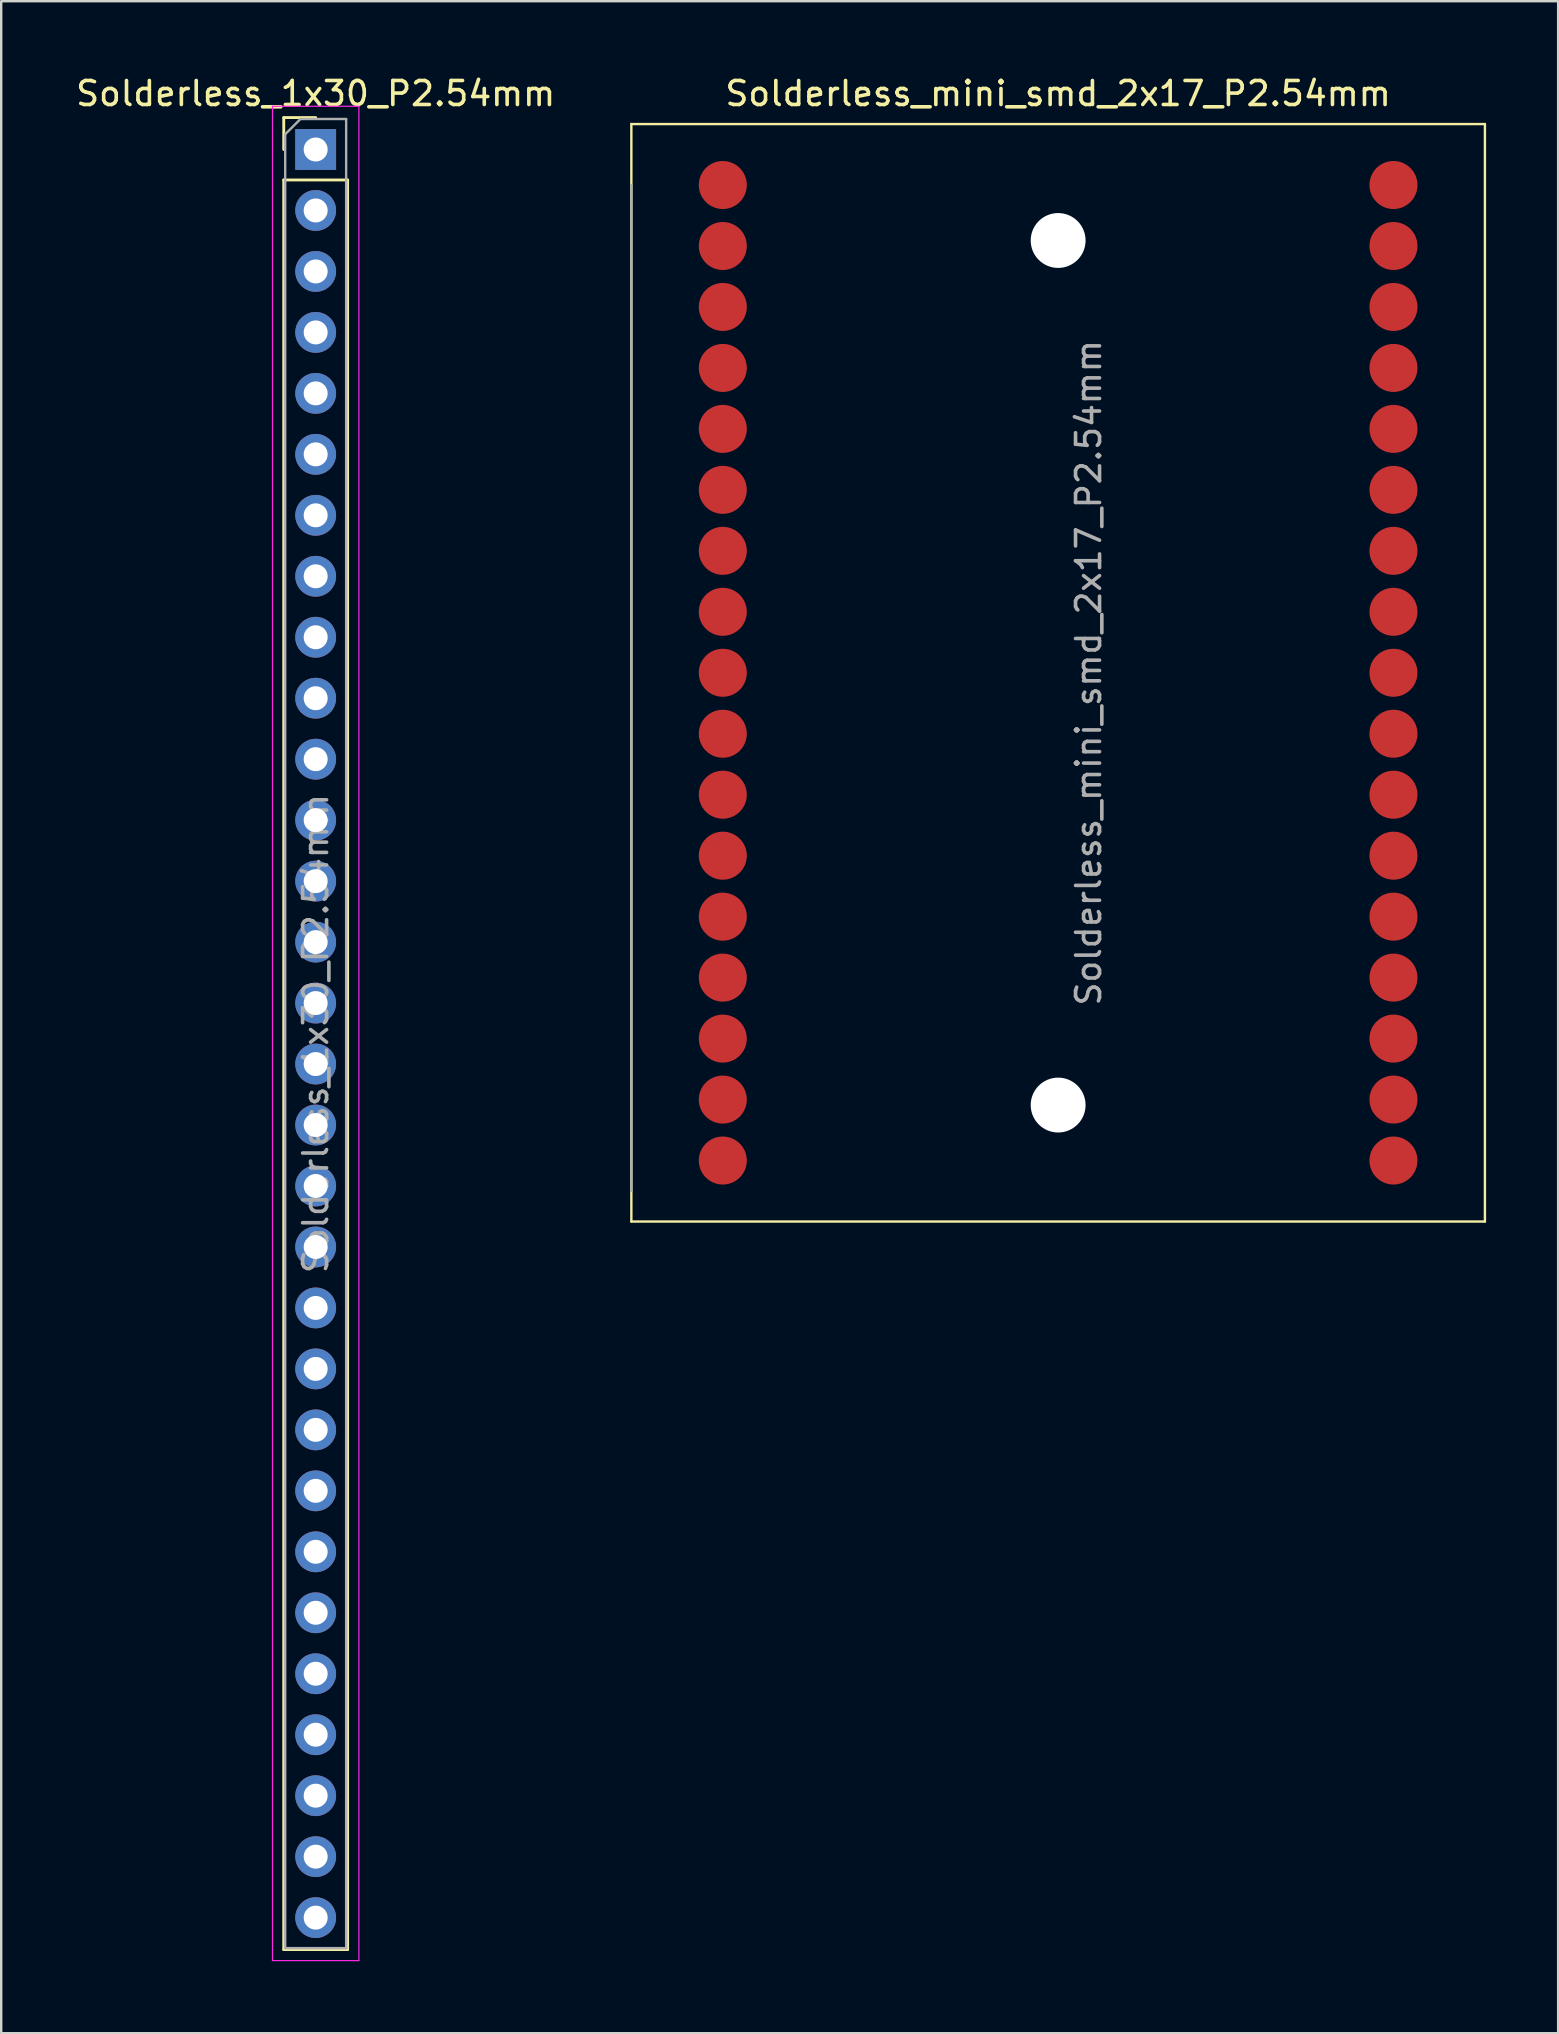
<source format=kicad_pcb>
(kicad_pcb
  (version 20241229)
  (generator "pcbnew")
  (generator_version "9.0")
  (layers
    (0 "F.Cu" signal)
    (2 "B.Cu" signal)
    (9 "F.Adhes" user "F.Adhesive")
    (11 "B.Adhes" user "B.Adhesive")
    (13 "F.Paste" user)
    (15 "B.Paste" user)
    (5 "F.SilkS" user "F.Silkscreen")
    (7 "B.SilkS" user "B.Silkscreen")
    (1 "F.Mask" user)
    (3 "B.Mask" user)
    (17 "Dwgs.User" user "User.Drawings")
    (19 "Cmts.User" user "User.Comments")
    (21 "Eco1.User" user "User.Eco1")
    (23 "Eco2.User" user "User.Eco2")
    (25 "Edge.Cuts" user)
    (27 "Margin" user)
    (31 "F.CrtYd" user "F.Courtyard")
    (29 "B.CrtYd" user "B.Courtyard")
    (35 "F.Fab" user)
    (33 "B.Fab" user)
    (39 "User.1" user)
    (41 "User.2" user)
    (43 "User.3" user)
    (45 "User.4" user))
  (footprint "Solderless_1x30_P2.54mm"
    (layer "F.Cu")
    (at 10.101 3.178)
    (property "Reference" "Solderless_1x30_P2.54mm" (at 0 -2.33 0) (layer "F.SilkS") (effects (font (size 1 1) (thickness 0.15))))
    (attr through_hole)
    (fp_line (start -1.33 -1.33) (end 0 -1.33) (stroke (width 0.12) (type solid)) (layer "F.SilkS"))
    (fp_line (start -1.33 0) (end -1.33 -1.33) (stroke (width 0.12) (type solid)) (layer "F.SilkS"))
    (fp_line (start -1.33 1.27) (end -1.33 74.99) (stroke (width 0.12) (type solid)) (layer "F.SilkS"))
    (fp_line (start -1.33 1.27) (end 1.33 1.27) (stroke (width 0.12) (type solid)) (layer "F.SilkS"))
    (fp_line (start -1.33 74.99) (end 1.33 74.99) (stroke (width 0.12) (type solid)) (layer "F.SilkS"))
    (fp_line (start 1.33 1.27) (end 1.33 74.99) (stroke (width 0.12) (type solid)) (layer "F.SilkS"))
    (fp_line (start -1.8 -1.8) (end -1.8 75.45) (stroke (width 0.05) (type solid)) (layer "F.CrtYd"))
    (fp_line (start -1.8 75.45) (end 1.8 75.45) (stroke (width 0.05) (type solid)) (layer "F.CrtYd"))
    (fp_line (start 1.8 -1.8) (end -1.8 -1.8) (stroke (width 0.05) (type solid)) (layer "F.CrtYd"))
    (fp_line (start 1.8 75.45) (end 1.8 -1.8) (stroke (width 0.05) (type solid)) (layer "F.CrtYd"))
    (fp_line (start -1.27 -0.635) (end -0.635 -1.27) (stroke (width 0.1) (type solid)) (layer "F.Fab"))
    (fp_line (start -1.27 74.93) (end -1.27 -0.635) (stroke (width 0.1) (type solid)) (layer "F.Fab"))
    (fp_line (start -0.635 -1.27) (end 1.27 -1.27) (stroke (width 0.1) (type solid)) (layer "F.Fab"))
    (fp_line (start 1.27 -1.27) (end 1.27 74.93) (stroke (width 0.1) (type solid)) (layer "F.Fab"))
    (fp_line (start 1.27 74.93) (end -1.27 74.93) (stroke (width 0.1) (type solid)) (layer "F.Fab"))
    (fp_text user "${REFERENCE}" (at 0 36.83 90) (layer "F.Fab") (effects (font (size 1 1) (thickness 0.15))))
    (pad "1" thru_hole rect (at 0 0) (size 1.7 1.7) (drill 1) (layers "*.Cu" "*.Mask"))
    (pad "2" thru_hole oval (at 0 2.54) (size 1.7 1.7) (drill 1) (layers "*.Cu" "*.Mask"))
    (pad "3" thru_hole oval (at 0 5.08) (size 1.7 1.7) (drill 1) (layers "*.Cu" "*.Mask"))
    (pad "4" thru_hole oval (at 0 7.62) (size 1.7 1.7) (drill 1) (layers "*.Cu" "*.Mask"))
    (pad "5" thru_hole oval (at 0 10.16) (size 1.7 1.7) (drill 1) (layers "*.Cu" "*.Mask"))
    (pad "6" thru_hole oval (at 0 12.7) (size 1.7 1.7) (drill 1) (layers "*.Cu" "*.Mask"))
    (pad "7" thru_hole oval (at 0 15.24) (size 1.7 1.7) (drill 1) (layers "*.Cu" "*.Mask"))
    (pad "8" thru_hole oval (at 0 17.78) (size 1.7 1.7) (drill 1) (layers "*.Cu" "*.Mask"))
    (pad "9" thru_hole oval (at 0 20.32) (size 1.7 1.7) (drill 1) (layers "*.Cu" "*.Mask"))
    (pad "10" thru_hole oval (at 0 22.86) (size 1.7 1.7) (drill 1) (layers "*.Cu" "*.Mask"))
    (pad "11" thru_hole oval (at 0 25.4) (size 1.7 1.7) (drill 1) (layers "*.Cu" "*.Mask"))
    (pad "12" thru_hole oval (at 0 27.94) (size 1.7 1.7) (drill 1) (layers "*.Cu" "*.Mask"))
    (pad "13" thru_hole oval (at 0 30.48) (size 1.7 1.7) (drill 1) (layers "*.Cu" "*.Mask"))
    (pad "14" thru_hole oval (at 0 33.02) (size 1.7 1.7) (drill 1) (layers "*.Cu" "*.Mask"))
    (pad "15" thru_hole oval (at 0 35.56) (size 1.7 1.7) (drill 1) (layers "*.Cu" "*.Mask"))
    (pad "16" thru_hole oval (at 0 38.1) (size 1.7 1.7) (drill 1) (layers "*.Cu" "*.Mask"))
    (pad "17" thru_hole oval (at 0 40.64) (size 1.7 1.7) (drill 1) (layers "*.Cu" "*.Mask"))
    (pad "18" thru_hole oval (at 0 43.18) (size 1.7 1.7) (drill 1) (layers "*.Cu" "*.Mask"))
    (pad "19" thru_hole oval (at 0 45.72) (size 1.7 1.7) (drill 1) (layers "*.Cu" "*.Mask"))
    (pad "20" thru_hole oval (at 0 48.26) (size 1.7 1.7) (drill 1) (layers "*.Cu" "*.Mask"))
    (pad "21" thru_hole oval (at 0 50.8) (size 1.7 1.7) (drill 1) (layers "*.Cu" "*.Mask"))
    (pad "22" thru_hole oval (at 0 53.34) (size 1.7 1.7) (drill 1) (layers "*.Cu" "*.Mask"))
    (pad "23" thru_hole oval (at 0 55.88) (size 1.7 1.7) (drill 1) (layers "*.Cu" "*.Mask"))
    (pad "24" thru_hole oval (at 0 58.42) (size 1.7 1.7) (drill 1) (layers "*.Cu" "*.Mask"))
    (pad "25" thru_hole oval (at 0 60.96) (size 1.7 1.7) (drill 1) (layers "*.Cu" "*.Mask"))
    (pad "26" thru_hole oval (at 0 63.5) (size 1.7 1.7) (drill 1) (layers "*.Cu" "*.Mask"))
    (pad "27" thru_hole oval (at 0 66.04) (size 1.7 1.7) (drill 1) (layers "*.Cu" "*.Mask"))
    (pad "28" thru_hole oval (at 0 68.58) (size 1.7 1.7) (drill 1) (layers "*.Cu" "*.Mask"))
    (pad "29" thru_hole oval (at 0 71.12) (size 1.7 1.7) (drill 1) (layers "*.Cu" "*.Mask"))
    (pad "30" thru_hole oval (at 0 73.66) (size 1.7 1.7) (drill 1) (layers "*.Cu" "*.Mask")))
  (footprint "Solderless_mini_smd_2x17_P2.54mm"
    (layer "F.Cu")
    (at 37.222 4.658)
    (property "Reference" "Solderless_mini_smd_2x17_P2.54mm" (at 3.81 -3.81 0) (layer "F.SilkS") (effects (font (size 1 1) (thickness 0.15))))
    (attr through_hole)
    (fp_line (start -13.97 -2.54) (end -13.97 43.18) (stroke (width 0.1) (type default)) (layer "F.SilkS"))
    (fp_line (start -13.97 43.18) (end 21.59 43.18) (stroke (width 0.1) (type default)) (layer "F.SilkS"))
    (fp_line (start 21.59 -2.54) (end -13.97 -2.54) (stroke (width 0.1) (type default)) (layer "F.SilkS"))
    (fp_line (start 21.59 43.18) (end 21.59 -2.54) (stroke (width 0.1) (type default)) (layer "F.SilkS"))
    (fp_line (start -13.97 41.91) (end -13.97 0) (stroke (width 0.1) (type solid)) (layer "F.Fab"))
    (fp_text user "${REFERENCE}" (at 5.08 20.32 90) (layer "F.Fab") (effects (font (size 1 1) (thickness 0.15))))
    (pad "" np_thru_hole circle (at 3.81 2.311) (size 2.286 2.286) (drill 2.286) (layers "*.Cu" "*.Mask"))
    (pad "" np_thru_hole circle (at 3.81 38.329) (size 2.286 2.286) (drill 2.286) (layers "*.Cu" "*.Mask"))
    (pad "1" smd circle (at -10.16 0) (size 2 2) (layers "F.Cu" "F.Mask" "F.Paste"))
    (pad "2" smd circle (at -10.16 2.54) (size 2 2) (layers "F.Cu" "F.Mask" "F.Paste"))
    (pad "3" smd circle (at -10.16 5.08) (size 2 2) (layers "F.Cu" "F.Mask" "F.Paste"))
    (pad "4" smd circle (at -10.16 7.62) (size 2 2) (layers "F.Cu" "F.Mask" "F.Paste"))
    (pad "5" smd circle (at -10.16 10.16) (size 2 2) (layers "F.Cu" "F.Mask" "F.Paste"))
    (pad "6" smd circle (at -10.16 12.7) (size 2 2) (layers "F.Cu" "F.Mask" "F.Paste"))
    (pad "7" smd circle (at -10.16 15.24) (size 2 2) (layers "F.Cu" "F.Mask" "F.Paste"))
    (pad "8" smd circle (at -10.16 17.78) (size 2 2) (layers "F.Cu" "F.Mask" "F.Paste"))
    (pad "9" smd circle (at -10.16 20.32) (size 2 2) (layers "F.Cu" "F.Mask" "F.Paste"))
    (pad "10" smd circle (at -10.16 22.86) (size 2 2) (layers "F.Cu" "F.Mask" "F.Paste"))
    (pad "11" smd circle (at -10.16 25.4) (size 2 2) (layers "F.Cu" "F.Mask" "F.Paste"))
    (pad "12" smd circle (at -10.16 27.94) (size 2 2) (layers "F.Cu" "F.Mask" "F.Paste"))
    (pad "13" smd circle (at -10.16 30.48) (size 2 2) (layers "F.Cu" "F.Mask" "F.Paste"))
    (pad "14" smd circle (at -10.16 33.02) (size 2 2) (layers "F.Cu" "F.Mask" "F.Paste"))
    (pad "15" smd circle (at -10.16 35.56) (size 2 2) (layers "F.Cu" "F.Mask" "F.Paste"))
    (pad "16" smd circle (at -10.16 38.1) (size 2 2) (layers "F.Cu" "F.Mask" "F.Paste"))
    (pad "17" smd circle (at -10.16 40.64) (size 2 2) (layers "F.Cu" "F.Mask" "F.Paste"))
    (pad "18" smd circle (at 17.78 0) (size 2 2) (layers "F.Cu" "F.Mask" "F.Paste"))
    (pad "19" smd circle (at 17.78 2.54) (size 2 2) (layers "F.Cu" "F.Mask" "F.Paste"))
    (pad "20" smd circle (at 17.78 5.08) (size 2 2) (layers "F.Cu" "F.Mask" "F.Paste"))
    (pad "21" smd circle (at 17.78 7.62) (size 2 2) (layers "F.Cu" "F.Mask" "F.Paste"))
    (pad "22" smd circle (at 17.78 10.16) (size 2 2) (layers "F.Cu" "F.Mask" "F.Paste"))
    (pad "23" smd circle (at 17.78 12.7) (size 2 2) (layers "F.Cu" "F.Mask" "F.Paste"))
    (pad "24" smd circle (at 17.78 15.24) (size 2 2) (layers "F.Cu" "F.Mask" "F.Paste"))
    (pad "25" smd circle (at 17.78 17.78) (size 2 2) (layers "F.Cu" "F.Mask" "F.Paste"))
    (pad "26" smd circle (at 17.78 20.32) (size 2 2) (layers "F.Cu" "F.Mask" "F.Paste"))
    (pad "27" smd circle (at 17.78 22.86) (size 2 2) (layers "F.Cu" "F.Mask" "F.Paste"))
    (pad "28" smd circle (at 17.78 25.4) (size 2 2) (layers "F.Cu" "F.Mask" "F.Paste"))
    (pad "29" smd circle (at 17.78 27.94) (size 2 2) (layers "F.Cu" "F.Mask" "F.Paste"))
    (pad "30" smd circle (at 17.78 30.48) (size 2 2) (layers "F.Cu" "F.Mask" "F.Paste"))
    (pad "31" smd circle (at 17.78 33.02) (size 2 2) (layers "F.Cu" "F.Mask" "F.Paste"))
    (pad "32" smd circle (at 17.78 35.56) (size 2 2) (layers "F.Cu" "F.Mask" "F.Paste"))
    (pad "33" smd circle (at 17.78 38.1) (size 2 2) (layers "F.Cu" "F.Mask" "F.Paste"))
    (pad "34" smd circle (at 17.78 40.64) (size 2 2) (layers "F.Cu" "F.Mask" "F.Paste")))
  (gr_rect
    (start -3 -3)
    (end 61.862 81.653)
    (stroke (width 0.1) (type default))
    (fill no)
    (layer "Edge.Cuts")))
</source>
